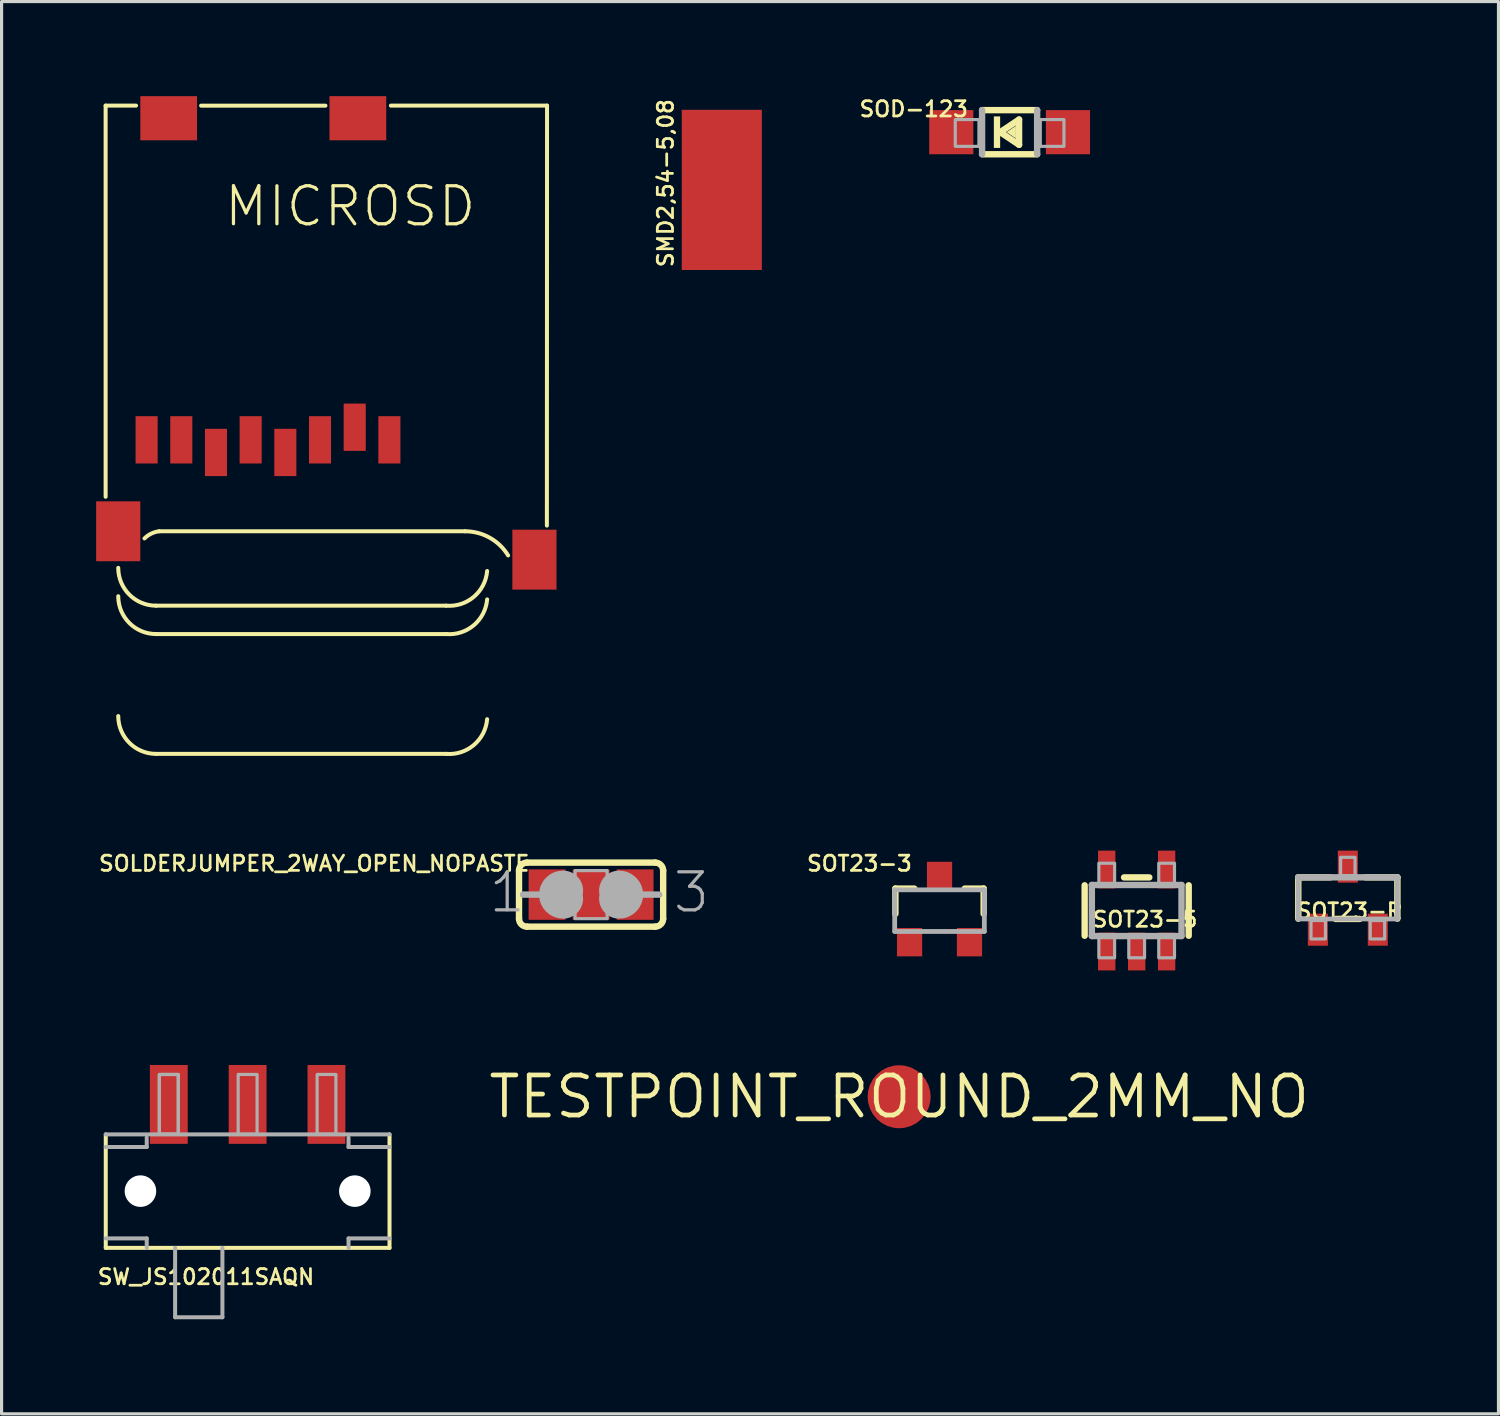
<source format=kicad_pcb>
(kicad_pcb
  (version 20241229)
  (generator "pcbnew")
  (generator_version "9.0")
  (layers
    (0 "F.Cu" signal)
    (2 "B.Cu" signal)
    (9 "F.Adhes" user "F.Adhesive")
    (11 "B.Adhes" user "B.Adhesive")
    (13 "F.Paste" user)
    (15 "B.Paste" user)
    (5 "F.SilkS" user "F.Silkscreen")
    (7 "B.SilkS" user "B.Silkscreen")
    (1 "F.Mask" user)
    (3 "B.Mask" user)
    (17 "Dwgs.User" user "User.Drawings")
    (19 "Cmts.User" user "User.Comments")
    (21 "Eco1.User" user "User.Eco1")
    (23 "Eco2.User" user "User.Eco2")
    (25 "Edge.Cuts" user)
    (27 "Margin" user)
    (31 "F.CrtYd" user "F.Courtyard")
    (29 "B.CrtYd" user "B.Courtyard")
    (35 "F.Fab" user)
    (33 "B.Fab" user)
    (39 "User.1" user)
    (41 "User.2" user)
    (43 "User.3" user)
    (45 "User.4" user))
  (footprint "SOLDERJUMPER_2WAY_OPEN_NOPASTE"
    (layer "F.Cu")
    (at 15.697 25.324)
    (property "Reference" "SOLDERJUMPER_2WAY_OPEN_NOPASTE" (at -1.905 -1.27 180) (layer "F.SilkS") (effects (font (size 0.483 0.483) (thickness 0.087)) (justify right top)))
    (attr through_hole)
    (fp_poly (pts (xy -2.083 0.889) (xy 2.083 0.889) (xy 2.083 -0.889) (xy -2.083 -0.889)) (stroke (width 0) (type solid)) (fill yes) (layer "F.Mask"))
    (fp_line (start -2.286 0.762) (end -2.286 -0.762) (stroke (width 0.203) (type solid)) (layer "F.SilkS"))
    (fp_line (start -2.032 -1.016) (end 2.032 -1.016) (stroke (width 0.203) (type solid)) (layer "F.SilkS"))
    (fp_line (start 2.032 1.016) (end -2.032 1.016) (stroke (width 0.203) (type solid)) (layer "F.SilkS"))
    (fp_line (start 2.286 0.762) (end 2.286 -0.762) (stroke (width 0.203) (type solid)) (layer "F.SilkS"))
    (fp_arc (start -2.286 -0.762) (mid -2.211605 -0.941605) (end -2.032 -1.016) (stroke (width 0.2032) (type solid)) (layer "F.SilkS"))
    (fp_arc (start -2.032 1.016) (mid -2.211605 0.941605) (end -2.286 0.762) (stroke (width 0.2032) (type solid)) (layer "F.SilkS"))
    (fp_arc (start 2.032 -1.016) (mid 2.211605 -0.941605) (end 2.286 -0.762) (stroke (width 0.2032) (type solid)) (layer "F.SilkS"))
    (fp_arc (start 2.286 0.762) (mid 2.211605 0.941605) (end 2.032 1.016) (stroke (width 0.2032) (type solid)) (layer "F.SilkS"))
    (fp_line (start -1.651 0) (end -2.159 0) (stroke (width 0.203) (type solid)) (layer "F.Fab"))
    (fp_line (start 1.651 0) (end 2.159 0) (stroke (width 0.203) (type solid)) (layer "F.Fab"))
    (fp_arc (start -0.889 0.127) (mid -1.016 0) (end -0.889 -0.127) (stroke (width 1.27) (type solid)) (layer "F.Fab"))
    (fp_arc (start 0.889 -0.127) (mid 1.016 0) (end 0.889 0.127) (stroke (width 1.27) (type solid)) (layer "F.Fab"))
    (fp_poly (pts (xy -0.508 0.762) (xy 0.508 0.762) (xy 0.508 -0.762) (xy -0.508 -0.762)) (stroke (width 0.1) (type solid)) (fill no) (layer "F.Fab"))
    (fp_text user "1" (at -3.302 0.635 0) (layer "F.Fab") (effects (font (size 1.206 1.206) (thickness 0.102)) (justify left bottom)))
    (fp_text user "3" (at 2.54 0.635 0) (layer "F.Fab") (effects (font (size 1.206 1.206) (thickness 0.102)) (justify left bottom)))
    (pad "1" smd rect (at -1.397 0) (size 1.168 1.6) (layers "F.Cu" "F.Mask"))
    (pad "2" smd rect (at 0 0) (size 1.168 1.6) (layers "F.Cu" "F.Mask"))
    (pad "3" smd rect (at 1.397 0) (size 1.168 1.6) (layers "F.Cu" "F.Mask")))
  (footprint "SMD2,54-5,08"
    (layer "F.Cu")
    (at 19.843 2.973)
    (property "Reference" "SMD2,54-5,08" (at -1.5 2.5 270) (layer "F.SilkS") (effects (font (size 0.483 0.483) (thickness 0.087)) (justify left bottom)))
    (attr through_hole)
    (pad "1" smd rect (at 0 0) (size 2.54 5.08) (layers "F.Cu" "F.Mask")))
  (footprint "SW_JS102011SAQN"
    (layer "F.Cu")
    (at 4.804 34.728)
    (property "Reference" "SW_JS102011SAQN" (at -4.804 3.002 0) (layer "F.SilkS") (effects (font (size 0.483 0.483) (thickness 0.087)) (justify left bottom)))
    (attr through_hole)
    (fp_line (start -4.5 -1.8) (end -4.5 1.8) (stroke (width 0.127) (type solid)) (layer "F.SilkS"))
    (fp_line (start -4.5 1.8) (end 4.5 1.8) (stroke (width 0.127) (type solid)) (layer "F.SilkS"))
    (fp_line (start 4.5 -1.8) (end 4.5 1.8) (stroke (width 0.127) (type solid)) (layer "F.SilkS"))
    (fp_line (start -4.5 -1.8) (end 4.5 -1.8) (stroke (width 0.127) (type solid)) (layer "F.Fab"))
    (fp_line (start -4.5 -1.4) (end -3.2 -1.4) (stroke (width 0.127) (type solid)) (layer "F.Fab"))
    (fp_line (start -4.5 1.5) (end -3.2 1.5) (stroke (width 0.127) (type solid)) (layer "F.Fab"))
    (fp_line (start -3.2 -1.7) (end -3.2 -1.4) (stroke (width 0.127) (type solid)) (layer "F.Fab"))
    (fp_line (start -3.2 1.5) (end -3.2 1.8) (stroke (width 0.127) (type solid)) (layer "F.Fab"))
    (fp_line (start -2.3 1.8) (end -2.3 4) (stroke (width 0.127) (type solid)) (layer "F.Fab"))
    (fp_line (start -2.3 4) (end -0.8 4) (stroke (width 0.127) (type solid)) (layer "F.Fab"))
    (fp_line (start -0.8 4) (end -0.8 1.8) (stroke (width 0.127) (type solid)) (layer "F.Fab"))
    (fp_line (start 3.2 -1.7) (end 3.2 -1.4) (stroke (width 0.127) (type solid)) (layer "F.Fab"))
    (fp_line (start 3.2 -1.4) (end 4.5 -1.4) (stroke (width 0.127) (type solid)) (layer "F.Fab"))
    (fp_line (start 3.2 1.5) (end 3.2 1.8) (stroke (width 0.127) (type solid)) (layer "F.Fab"))
    (fp_line (start 3.2 1.5) (end 4.5 1.5) (stroke (width 0.127) (type solid)) (layer "F.Fab"))
    (fp_poly (pts (xy -2.801 -1.801) (xy -2.2 -1.801) (xy -2.2 -3.7) (xy -2.801 -3.7)) (stroke (width 0.1) (type solid)) (fill no) (layer "F.Fab"))
    (fp_poly (pts (xy -2.801 -1.801) (xy -2.2 -1.801) (xy -2.2 -3.7) (xy -2.801 -3.7)) (stroke (width 0.1) (type solid)) (fill no) (layer "F.Fab"))
    (fp_poly (pts (xy -0.3 -1.8) (xy 0.3 -1.8) (xy 0.3 -3.7) (xy -0.3 -3.7)) (stroke (width 0.1) (type solid)) (fill no) (layer "F.Fab"))
    (fp_poly (pts (xy 2.204 -1.803) (xy 2.8 -1.803) (xy 2.8 -3.7) (xy 2.204 -3.7)) (stroke (width 0.1) (type solid)) (fill no) (layer "F.Fab"))
    (pad "" np_thru_hole circle (at -3.4 0) (size 1 1) (drill 1) (layers "*.Cu" "*.Mask"))
    (pad "" np_thru_hole circle (at 3.4 0) (size 1 1) (drill 1) (layers "*.Cu" "*.Mask"))
    (pad "1" smd rect (at -2.5 -2.75) (size 1.2 2.5) (layers "F.Cu" "F.Mask" "F.Paste"))
    (pad "2" smd rect (at 0 -2.75) (size 1.2 2.5) (layers "F.Cu" "F.Mask" "F.Paste"))
    (pad "3" smd rect (at 2.5 -2.75) (size 1.2 2.5) (layers "F.Cu" "F.Mask" "F.Paste")))
  (footprint "MICROSD"
    (layer "F.Cu")
    (at 0.3 0.26)
    (property "Reference" "MICROSD" (at 3.7 3.94 0) (layer "F.SilkS") (effects (font (size 1.206 1.206) (thickness 0.102)) (justify left bottom)))
    (attr through_hole)
    (fp_line (start 0 0.04) (end 0 12.446) (stroke (width 0.127) (type solid)) (layer "F.SilkS"))
    (fp_line (start 0.965 0.04) (end 0 0.04) (stroke (width 0.127) (type solid)) (layer "F.SilkS"))
    (fp_line (start 1.6 15.9) (end 10.8 15.9) (stroke (width 0.127) (type solid)) (layer "F.SilkS"))
    (fp_line (start 1.6 16.8) (end 10.8 16.8) (stroke (width 0.127) (type solid)) (layer "F.SilkS"))
    (fp_line (start 1.6 20.6) (end 10.8 20.6) (stroke (width 0.127) (type solid)) (layer "F.SilkS"))
    (fp_line (start 1.7 13.54) (end 11.4 13.54) (stroke (width 0.127) (type solid)) (layer "F.SilkS"))
    (fp_line (start 6.972 0.041) (end 3.028 0.041) (stroke (width 0.127) (type solid)) (layer "F.SilkS"))
    (fp_line (start 13.995 13.36) (end 14 0.04) (stroke (width 0.127) (type solid)) (layer "F.SilkS"))
    (fp_line (start 14 0.04) (end 9.047 0.04) (stroke (width 0.127) (type solid)) (layer "F.SilkS"))
    (fp_arc (start 1.2319 13.7668) (mid 1.44705 13.614244) (end 1.699898 13.539203) (stroke (width 0.127) (type solid)) (layer "F.SilkS"))
    (fp_arc (start 1.6 15.9) (mid 0.751472 15.548528) (end 0.4 14.7) (stroke (width 0.127) (type solid)) (layer "F.SilkS"))
    (fp_arc (start 1.6 16.8) (mid 0.751472 16.448528) (end 0.4 15.6) (stroke (width 0.127) (type solid)) (layer "F.SilkS"))
    (fp_arc (start 1.6 20.6) (mid 0.751472 20.248528) (end 0.4 19.4) (stroke (width 0.127) (type solid)) (layer "F.SilkS"))
    (fp_arc (start 11.4 13.54) (mid 12.183099 13.744738) (end 12.765785 14.306555) (stroke (width 0.127) (type solid)) (layer "F.SilkS"))
    (fp_arc (start 12.1 14.8) (mid 11.677817 15.619239) (end 10.8 15.9) (stroke (width 0.127) (type solid)) (layer "F.SilkS"))
    (fp_arc (start 12.1 15.7) (mid 11.677817 16.519239) (end 10.8 16.8) (stroke (width 0.127) (type solid)) (layer "F.SilkS"))
    (fp_arc (start 12.1 19.5) (mid 11.677817 20.319239) (end 10.8 20.6) (stroke (width 0.127) (type solid)) (layer "F.SilkS"))
    (pad "1" smd rect (at 9 10.64) (size 0.7 1.5) (layers "F.Cu" "F.Mask" "F.Paste"))
    (pad "2" smd rect (at 7.9 10.24) (size 0.7 1.5) (layers "F.Cu" "F.Mask" "F.Paste"))
    (pad "3" smd rect (at 6.8 10.64) (size 0.7 1.5) (layers "F.Cu" "F.Mask" "F.Paste"))
    (pad "4" smd rect (at 5.7 11.04) (size 0.7 1.5) (layers "F.Cu" "F.Mask" "F.Paste"))
    (pad "5" smd rect (at 4.6 10.64) (size 0.7 1.5) (layers "F.Cu" "F.Mask" "F.Paste"))
    (pad "6" smd rect (at 3.5 11.04) (size 0.7 1.5) (layers "F.Cu" "F.Mask" "F.Paste"))
    (pad "7" smd rect (at 2.4 10.64) (size 0.7 1.5) (layers "F.Cu" "F.Mask" "F.Paste"))
    (pad "8" smd rect (at 1.3 10.64) (size 0.7 1.5) (layers "F.Cu" "F.Mask" "F.Paste"))
    (pad "CD1" smd rect (at 2 0.44 90) (size 1.4 1.8) (layers "F.Cu" "F.Mask" "F.Paste"))
    (pad "CD2" smd rect (at 8 0.44 90) (size 1.4 1.8) (layers "F.Cu" "F.Mask" "F.Paste"))
    (pad "MT1" smd rect (at 0.4 13.54) (size 1.4 1.9) (layers "F.Cu" "F.Mask" "F.Paste"))
    (pad "MT2" smd rect (at 13.6 14.44) (size 1.4 1.9) (layers "F.Cu" "F.Mask" "F.Paste")))
  (footprint "TESTPOINT_ROUND_2MM_NO"
    (layer "F.Cu")
    (at 25.467 31.734)
    (property "Reference" "TESTPOINT_ROUND_2MM_NO" (at 0 0 0) (layer "F.SilkS") (effects (font (size 1.27 1.27) (thickness 0.15))))
    (attr through_hole)
    (pad "P$1" smd roundrect (at 0 0) (size 2 2) (layers "F.Cu" "F.Mask") (roundrect_rratio 0.5)))
  (footprint "SOT23-5"
    (layer "F.Cu")
    (at 33.001 25.828)
    (property "Reference" "SOT23-5" (at 1.978 0 180) (layer "F.SilkS") (effects (font (size 0.483 0.483) (thickness 0.087)) (justify right top)))
    (attr through_hole)
    (fp_line (start -1.65 -0.8) (end -1.65 0.8) (stroke (width 0.203) (type solid)) (layer "F.SilkS"))
    (fp_line (start -0.4 -1.05) (end 0.4 -1.05) (stroke (width 0.203) (type solid)) (layer "F.SilkS"))
    (fp_line (start 1.65 -0.8) (end 1.65 0.8) (stroke (width 0.203) (type solid)) (layer "F.SilkS"))
    (fp_line (start -1.422 -0.81) (end 1.422 -0.81) (stroke (width 0.203) (type solid)) (layer "F.Fab"))
    (fp_line (start -1.422 0.81) (end -1.422 -0.81) (stroke (width 0.203) (type solid)) (layer "F.Fab"))
    (fp_line (start 1.422 -0.81) (end 1.422 0.81) (stroke (width 0.203) (type solid)) (layer "F.Fab"))
    (fp_line (start 1.422 0.81) (end -1.422 0.81) (stroke (width 0.203) (type solid)) (layer "F.Fab"))
    (fp_poly (pts (xy -1.2 -0.85) (xy -0.7 -0.85) (xy -0.7 -1.5) (xy -1.2 -1.5)) (stroke (width 0.1) (type solid)) (fill no) (layer "F.Fab"))
    (fp_poly (pts (xy -1.2 1.5) (xy -0.7 1.5) (xy -0.7 0.85) (xy -1.2 0.85)) (stroke (width 0.1) (type solid)) (fill no) (layer "F.Fab"))
    (fp_poly (pts (xy -0.25 1.5) (xy 0.25 1.5) (xy 0.25 0.85) (xy -0.25 0.85)) (stroke (width 0.1) (type solid)) (fill no) (layer "F.Fab"))
    (fp_poly (pts (xy 0.7 -0.85) (xy 1.2 -0.85) (xy 1.2 -1.5) (xy 0.7 -1.5)) (stroke (width 0.1) (type solid)) (fill no) (layer "F.Fab"))
    (fp_poly (pts (xy 0.7 1.5) (xy 1.2 1.5) (xy 1.2 0.85) (xy 0.7 0.85)) (stroke (width 0.1) (type solid)) (fill no) (layer "F.Fab"))
    (pad "1" smd rect (at -0.95 1.3) (size 0.55 1.2) (layers "F.Cu" "F.Mask" "F.Paste"))
    (pad "2" smd rect (at 0 1.3) (size 0.55 1.2) (layers "F.Cu" "F.Mask" "F.Paste"))
    (pad "3" smd rect (at 0.95 1.3) (size 0.55 1.2) (layers "F.Cu" "F.Mask" "F.Paste"))
    (pad "4" smd rect (at 0.95 -1.3) (size 0.55 1.2) (layers "F.Cu" "F.Mask" "F.Paste"))
    (pad "5" smd rect (at -0.95 -1.3) (size 0.55 1.2) (layers "F.Cu" "F.Mask" "F.Paste")))
  (footprint "SOT23-R"
    (layer "F.Cu")
    (at 39.698 25.436)
    (property "Reference" "SOT23-R" (at 1.778 0.127 180) (layer "F.SilkS") (effects (font (size 0.483 0.483) (thickness 0.087)) (justify right top)))
    (attr through_hole)
    (fp_line (start -1.572 -0.66) (end -0.564 -0.66) (stroke (width 0.203) (type solid)) (layer "F.SilkS"))
    (fp_line (start -1.572 0.652) (end -1.572 -0.66) (stroke (width 0.203) (type solid)) (layer "F.SilkS"))
    (fp_line (start 0.372 0.66) (end -0.386 0.66) (stroke (width 0.203) (type solid)) (layer "F.SilkS"))
    (fp_line (start 0.564 -0.66) (end 1.572 -0.66) (stroke (width 0.203) (type solid)) (layer "F.SilkS"))
    (fp_line (start 1.572 -0.66) (end 1.572 0.652) (stroke (width 0.203) (type solid)) (layer "F.SilkS"))
    (fp_line (start -1.572 -0.66) (end 1.572 -0.66) (stroke (width 0.203) (type solid)) (layer "F.Fab"))
    (fp_line (start -1.572 0.66) (end -1.572 -0.66) (stroke (width 0.152) (type solid)) (layer "F.Fab"))
    (fp_line (start 1.572 -0.66) (end 1.572 0.66) (stroke (width 0.152) (type solid)) (layer "F.Fab"))
    (fp_line (start 1.572 0.66) (end -1.572 0.66) (stroke (width 0.152) (type solid)) (layer "F.Fab"))
    (fp_poly (pts (xy -1.168 1.295) (xy -0.711 1.295) (xy -0.711 0.711) (xy -1.168 0.711)) (stroke (width 0.1) (type solid)) (fill no) (layer "F.Fab"))
    (fp_poly (pts (xy -0.229 -0.711) (xy 0.229 -0.711) (xy 0.229 -1.295) (xy -0.229 -1.295)) (stroke (width 0.1) (type solid)) (fill no) (layer "F.Fab"))
    (fp_poly (pts (xy 0.711 1.295) (xy 1.168 1.295) (xy 1.168 0.711) (xy 0.711 0.711)) (stroke (width 0.1) (type solid)) (fill no) (layer "F.Fab"))
    (pad "1" smd rect (at -0.95 1) (size 0.635 1.016) (layers "F.Cu" "F.Mask" "F.Paste"))
    (pad "2" smd rect (at 0.95 1) (size 0.635 1.016) (layers "F.Cu" "F.Mask" "F.Paste"))
    (pad "3" smd rect (at 0 -1) (size 0.635 1.016) (layers "F.Cu" "F.Mask" "F.Paste")))
  (footprint "SOT23-3"
    (layer "F.Cu")
    (at 26.748 25.832)
    (property "Reference" "SOT23-3" (at -0.826 -1.778 180) (layer "F.SilkS") (effects (font (size 0.483 0.483) (thickness 0.087)) (justify right top)))
    (attr through_hole)
    (fp_line (start -1.4 -0.7) (end -1.4 0.1) (stroke (width 0.203) (type solid)) (layer "F.SilkS"))
    (fp_line (start -0.8 -0.7) (end -1.4 -0.7) (stroke (width 0.203) (type solid)) (layer "F.SilkS"))
    (fp_line (start 0.8 -0.7) (end 1.4 -0.7) (stroke (width 0.203) (type solid)) (layer "F.SilkS"))
    (fp_line (start 1.4 -0.7) (end 1.4 0.1) (stroke (width 0.203) (type solid)) (layer "F.SilkS"))
    (fp_line (start -1.422 -0.66) (end 1.422 -0.66) (stroke (width 0.152) (type solid)) (layer "F.Fab"))
    (fp_line (start -1.422 0.66) (end -1.422 -0.66) (stroke (width 0.152) (type solid)) (layer "F.Fab"))
    (fp_line (start 1.422 -0.66) (end 1.422 0.66) (stroke (width 0.152) (type solid)) (layer "F.Fab"))
    (fp_line (start 1.422 0.66) (end -1.422 0.66) (stroke (width 0.152) (type solid)) (layer "F.Fab"))
    (pad "1" smd rect (at -0.95 1) (size 0.8 0.9) (layers "F.Cu" "F.Mask" "F.Paste"))
    (pad "2" smd rect (at 0.95 1) (size 0.8 0.9) (layers "F.Cu" "F.Mask" "F.Paste"))
    (pad "3" smd rect (at 0 -1.1) (size 0.8 0.9) (layers "F.Cu" "F.Mask" "F.Paste")))
  (footprint "SOD-123"
    (layer "F.Cu")
    (at 28.971 1.142)
    (property "Reference" "SOD-123" (at -1.27 -1.016 0) (layer "F.SilkS") (effects (font (size 0.483 0.483) (thickness 0.087)) (justify right top)))
    (attr through_hole)
    (fp_line (start -0.873 -0.7) (end 0.873 -0.7) (stroke (width 0.203) (type solid)) (layer "F.SilkS"))
    (fp_line (start -0.3 0) (end 0.3 -0.4) (stroke (width 0.203) (type solid)) (layer "F.SilkS"))
    (fp_line (start 0.3 -0.4) (end 0.3 0.4) (stroke (width 0.203) (type solid)) (layer "F.SilkS"))
    (fp_line (start 0.3 0.4) (end -0.3 0) (stroke (width 0.203) (type solid)) (layer "F.SilkS"))
    (fp_line (start 0.873 0.7) (end -0.873 0.7) (stroke (width 0.203) (type solid)) (layer "F.SilkS"))
    (fp_poly (pts (xy -0.1 0) (xy 0.2 -0.2) (xy 0.2 0.2)) (stroke (width 0) (type solid)) (fill yes) (layer "F.SilkS"))
    (fp_poly (pts (xy -0.5 0.5) (xy -0.3 0.5) (xy -0.3 -0.5) (xy -0.5 -0.5)) (stroke (width 0) (type solid)) (fill yes) (layer "F.SilkS"))
    (fp_line (start -0.873 0.7) (end -0.873 -0.7) (stroke (width 0.203) (type solid)) (layer "F.Fab"))
    (fp_line (start 0.873 -0.7) (end 0.873 0.7) (stroke (width 0.203) (type solid)) (layer "F.Fab"))
    (fp_poly (pts (xy -1.723 0.45) (xy -0.973 0.45) (xy -0.973 -0.4) (xy -1.723 -0.4)) (stroke (width 0.1) (type solid)) (fill no) (layer "F.Fab"))
    (fp_poly (pts (xy 0.973 0.45) (xy 1.723 0.45) (xy 1.723 -0.4) (xy 0.973 -0.4)) (stroke (width 0.1) (type solid)) (fill no) (layer "F.Fab"))
    (pad "A" smd rect (at 1.85 0 90) (size 1.4 1.4) (layers "F.Cu" "F.Mask" "F.Paste"))
    (pad "C" smd rect (at -1.85 0 90) (size 1.4 1.4) (layers "F.Cu" "F.Mask" "F.Paste")))
  (gr_rect
    (start -3 -3)
    (end 44.476 41.791)
    (stroke (width 0.1) (type default))
    (fill no)
    (layer "Edge.Cuts")))
</source>
